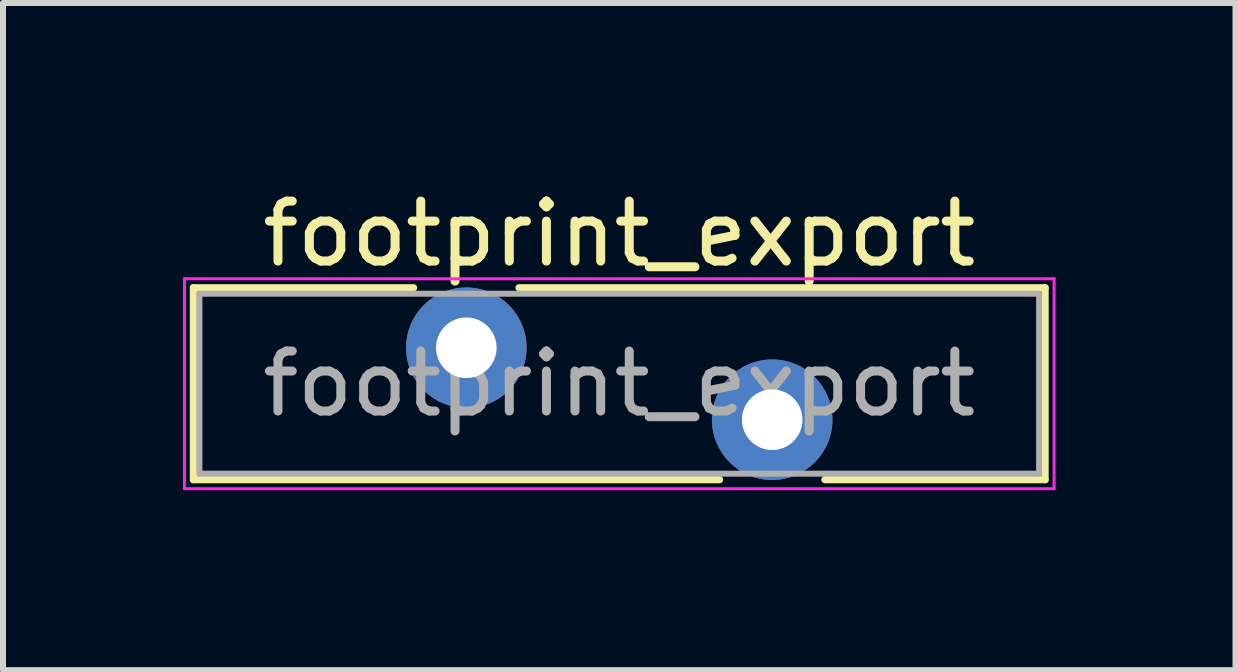
<source format=kicad_pcb>
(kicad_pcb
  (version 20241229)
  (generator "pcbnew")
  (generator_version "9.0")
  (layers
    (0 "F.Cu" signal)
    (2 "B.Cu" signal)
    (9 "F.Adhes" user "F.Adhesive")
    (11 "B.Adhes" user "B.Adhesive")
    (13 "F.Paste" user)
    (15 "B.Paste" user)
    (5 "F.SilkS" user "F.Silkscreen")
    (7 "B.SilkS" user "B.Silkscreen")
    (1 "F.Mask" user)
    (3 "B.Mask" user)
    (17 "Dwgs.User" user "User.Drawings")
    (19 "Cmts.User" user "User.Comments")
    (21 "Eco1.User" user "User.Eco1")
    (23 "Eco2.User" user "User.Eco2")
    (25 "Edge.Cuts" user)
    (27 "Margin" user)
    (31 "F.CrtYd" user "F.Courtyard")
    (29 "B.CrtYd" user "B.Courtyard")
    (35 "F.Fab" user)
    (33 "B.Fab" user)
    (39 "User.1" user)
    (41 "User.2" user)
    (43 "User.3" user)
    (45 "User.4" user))
  (footprint "footprint_export"
    (layer "F.Cu")
    (at 4.725 2.748)
    (property "Reference" "footprint_export" (at 2.55 -1.9 0) (layer "F.SilkS") (effects (font (size 1 1) (thickness 0.15))))
    (attr through_hole)
    (fp_line (start -4.55 -1) (end -4.55 2.2) (stroke (width 0.12) (type solid)) (layer "F.SilkS"))
    (fp_line (start -4.55 -1) (end -0.879 -1) (stroke (width 0.12) (type solid)) (layer "F.SilkS"))
    (fp_line (start -4.55 2.2) (end 4.222 2.2) (stroke (width 0.12) (type solid)) (layer "F.SilkS"))
    (fp_line (start 0.879 -1) (end 9.65 -1) (stroke (width 0.12) (type solid)) (layer "F.SilkS"))
    (fp_line (start 5.979 2.2) (end 9.65 2.2) (stroke (width 0.12) (type solid)) (layer "F.SilkS"))
    (fp_line (start 9.65 -1) (end 9.65 2.2) (stroke (width 0.12) (type solid)) (layer "F.SilkS"))
    (fp_line (start -4.7 -1.15) (end -4.7 2.35) (stroke (width 0.05) (type solid)) (layer "F.CrtYd"))
    (fp_line (start -4.7 2.35) (end 9.8 2.35) (stroke (width 0.05) (type solid)) (layer "F.CrtYd"))
    (fp_line (start 9.8 -1.15) (end -4.7 -1.15) (stroke (width 0.05) (type solid)) (layer "F.CrtYd"))
    (fp_line (start 9.8 2.35) (end 9.8 -1.15) (stroke (width 0.05) (type solid)) (layer "F.CrtYd"))
    (fp_line (start -4.45 -0.9) (end -4.45 2.1) (stroke (width 0.1) (type solid)) (layer "F.Fab"))
    (fp_line (start -4.45 2.1) (end 9.55 2.1) (stroke (width 0.1) (type solid)) (layer "F.Fab"))
    (fp_line (start 9.55 -0.9) (end -4.45 -0.9) (stroke (width 0.1) (type solid)) (layer "F.Fab"))
    (fp_line (start 9.55 2.1) (end 9.55 -0.9) (stroke (width 0.1) (type solid)) (layer "F.Fab"))
    (fp_text user "${REFERENCE}" (at 2.55 0.6 0) (layer "F.Fab") (effects (font (size 1 1) (thickness 0.15))))
    (pad "1" thru_hole circle (at 0 0) (size 2.01 2.01) (drill 1.01) (layers "*.Cu" "*.Mask"))
    (pad "2" thru_hole circle (at 5.1 1.2) (size 2.01 2.01) (drill 1.01) (layers "*.Cu" "*.Mask")))
  (gr_rect
    (start -3 -3)
    (end 17.55 8.123)
    (stroke (width 0.1) (type default))
    (fill no)
    (layer "Edge.Cuts")))
</source>
